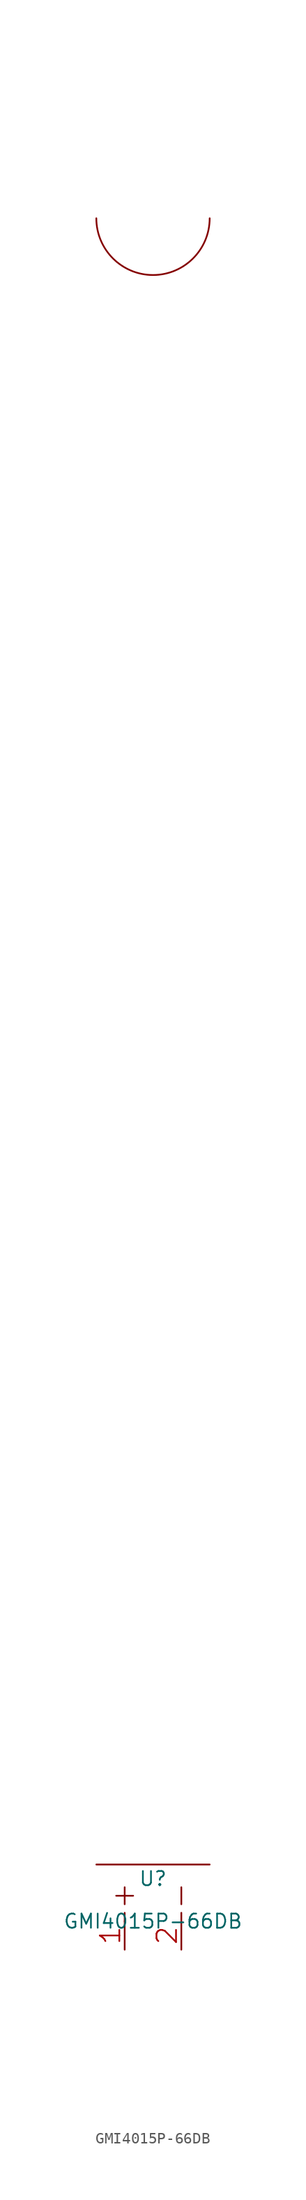
<source format=kicad_sym>
(kicad_symbol_lib
  (version 20210201)
  (generator TousstNicolas/JLC2KiCad_lib)
  (symbol "GMI4015P-66DB"
    (pin_names hide)
    (property "Reference" "U"
      (at 0 1.27 0)
      (effects (font (size 1.27 1.27))))
    (property "Value" "GMI4015P-66DB"
      (at 0 -2.54 0)
      (effects (font (size 1.27 1.27))))
    (symbol "GMI4015P-66DB_0_1"
      (pin unspecified line (at -2.54 -5.08 90) (length 2.54) (name "1" (effects (font (size 1.753 1.753)))) (number "1" (effects (font (size 1.753 1.753)))))
      (pin unspecified line (at 2.54 -5.08 90) (length 2.54) (name "2" (effects (font (size 1.753 1.753)))) (number "2" (effects (font (size 1.753 1.753)))))
      (polyline (pts (xy 2.54 -1.778) (xy 2.54 -2.54)) (stroke (width 0) (type default) (color 0 0 0 0)) (fill (type none)))
      (polyline (pts (xy -2.54 -1.778) (xy -2.54 -2.54)) (stroke (width 0) (type default) (color 0 0 0 0)) (fill (type none)))
      (arc (start 5.08001016002032 149.86029972059944) (mid 0.0 144.78028956057912) (end -5.08001016002032 149.86029972059944) (stroke (width 0) (type default) (color 0 0 0 0)) (fill (type none)))
      (polyline (pts (xy 5.08 2.54) (xy -5.08 2.54)) (stroke (width 0) (type default) (color 0 0 0 0)) (fill (type none)))
      (polyline (pts (xy -2.54 -1.016) (xy -2.54 0.508)) (stroke (width 0) (type default) (color 0 0 0 0)) (fill (type none)))
      (polyline (pts (xy -3.302 -0.254) (xy -1.778 -0.254)) (stroke (width 0) (type default) (color 0 0 0 0)) (fill (type none)))
      (polyline (pts (xy 2.54 -1.016) (xy 2.54 0.508)) (stroke (width 0) (type default) (color 0 0 0 0)) (fill (type none))))))
</source>
